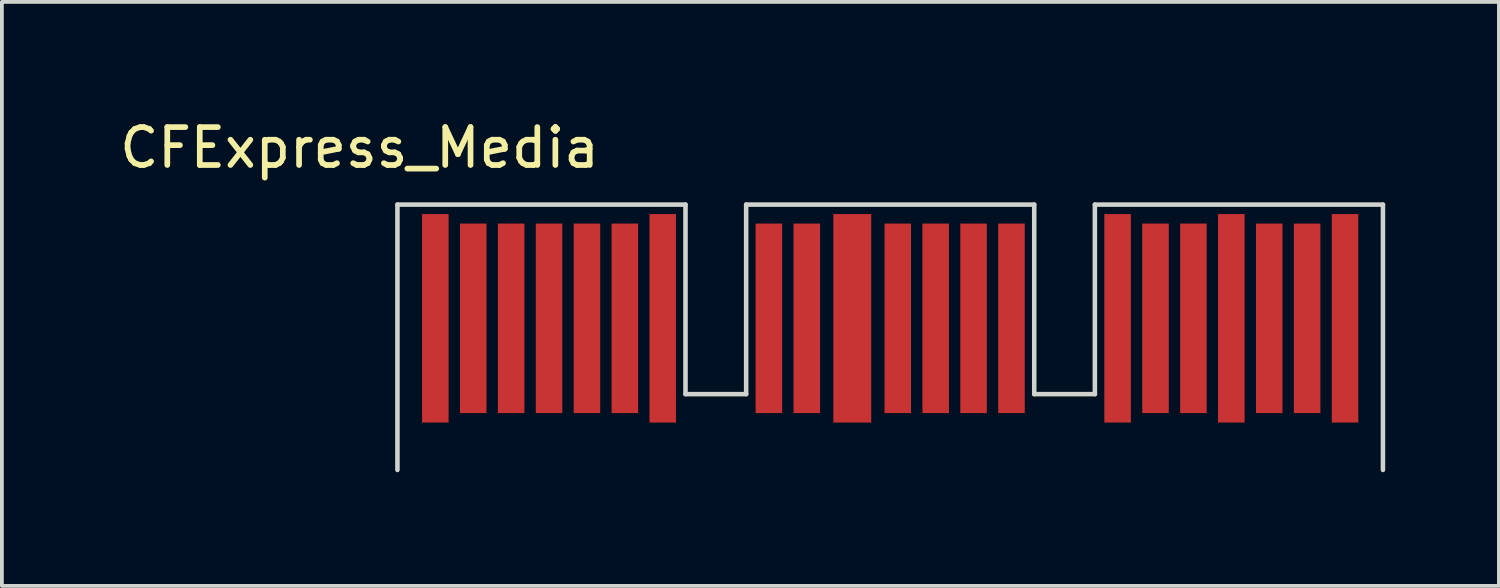
<source format=kicad_pcb>
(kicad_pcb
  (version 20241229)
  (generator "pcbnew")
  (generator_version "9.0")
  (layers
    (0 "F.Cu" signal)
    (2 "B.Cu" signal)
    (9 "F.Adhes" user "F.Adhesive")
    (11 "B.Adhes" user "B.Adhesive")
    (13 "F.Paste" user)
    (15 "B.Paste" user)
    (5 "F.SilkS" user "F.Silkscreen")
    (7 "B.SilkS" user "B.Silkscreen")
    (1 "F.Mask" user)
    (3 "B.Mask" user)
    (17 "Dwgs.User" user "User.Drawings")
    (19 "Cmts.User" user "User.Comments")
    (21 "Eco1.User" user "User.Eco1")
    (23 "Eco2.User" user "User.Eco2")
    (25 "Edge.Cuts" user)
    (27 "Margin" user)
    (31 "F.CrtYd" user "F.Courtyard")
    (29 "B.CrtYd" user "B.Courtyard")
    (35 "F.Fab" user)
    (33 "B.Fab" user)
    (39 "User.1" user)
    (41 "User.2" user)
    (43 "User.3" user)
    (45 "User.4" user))
  (footprint "CFExpress_Media"
    (layer "F.Cu")
    (at 6.435 0.348)
    (property "Reference" "CFExpress_Media" (at 0 0.5 0) (layer "F.SilkS") (effects (font (size 1 1) (thickness 0.15))))
    (attr through_hole)
    (fp_line (start 1 2) (end 8.6 2) (stroke (width 0.12) (type solid)) (layer "Edge.Cuts"))
    (fp_line (start 1 9) (end 1 2) (stroke (width 0.12) (type solid)) (layer "Edge.Cuts"))
    (fp_line (start 8.6 2) (end 8.6 7) (stroke (width 0.12) (type solid)) (layer "Edge.Cuts"))
    (fp_line (start 8.6 7) (end 10.2 7) (stroke (width 0.12) (type solid)) (layer "Edge.Cuts"))
    (fp_line (start 10.2 2) (end 17.8 2) (stroke (width 0.12) (type solid)) (layer "Edge.Cuts"))
    (fp_line (start 10.2 7) (end 10.2 2) (stroke (width 0.12) (type solid)) (layer "Edge.Cuts"))
    (fp_line (start 17.8 2) (end 17.8 7) (stroke (width 0.12) (type solid)) (layer "Edge.Cuts"))
    (fp_line (start 17.8 7) (end 19.4 7) (stroke (width 0.12) (type solid)) (layer "Edge.Cuts"))
    (fp_line (start 19.4 2) (end 27 2) (stroke (width 0.12) (type solid)) (layer "Edge.Cuts"))
    (fp_line (start 19.4 7) (end 19.4 2) (stroke (width 0.12) (type solid)) (layer "Edge.Cuts"))
    (fp_line (start 27 2) (end 27 9) (stroke (width 0.12) (type solid)) (layer "Edge.Cuts"))
    (pad "1" connect rect (at 2 5) (size 0.7 5.5) (layers "F.Cu" "F.Mask"))
    (pad "2" connect rect (at 3 5) (size 0.7 5) (layers "F.Cu" "F.Mask"))
    (pad "3" connect rect (at 4 5) (size 0.7 5) (layers "F.Cu" "F.Mask"))
    (pad "4" connect rect (at 5 5) (size 0.7 5) (layers "F.Cu" "F.Mask"))
    (pad "5" connect rect (at 6 5) (size 0.7 5) (layers "F.Cu" "F.Mask"))
    (pad "6" connect rect (at 7 5) (size 0.7 5) (layers "F.Cu" "F.Mask"))
    (pad "7" connect rect (at 8 5) (size 0.7 5.5) (layers "F.Cu" "F.Mask"))
    (pad "8" connect rect (at 10.8 5) (size 0.7 5) (layers "F.Cu" "F.Mask"))
    (pad "9" connect rect (at 11.8 5) (size 0.7 5) (layers "F.Cu" "F.Mask"))
    (pad "10" connect rect (at 13 5) (size 1 5.5) (layers "F.Cu" "F.Mask"))
    (pad "11" connect rect (at 14.2 5) (size 0.7 5) (layers "F.Cu" "F.Mask"))
    (pad "12" connect rect (at 15.2 5) (size 0.7 5) (layers "F.Cu" "F.Mask"))
    (pad "13" connect rect (at 16.2 5) (size 0.7 5) (layers "F.Cu" "F.Mask"))
    (pad "14" connect rect (at 17.2 5) (size 0.7 5) (layers "F.Cu" "F.Mask"))
    (pad "15" connect rect (at 20 5) (size 0.7 5.5) (layers "F.Cu" "F.Mask"))
    (pad "16" connect rect (at 21 5) (size 0.7 5) (layers "F.Cu" "F.Mask"))
    (pad "17" connect rect (at 22 5) (size 0.7 5) (layers "F.Cu" "F.Mask"))
    (pad "18" connect rect (at 23 5) (size 0.7 5.5) (layers "F.Cu" "F.Mask"))
    (pad "19" connect rect (at 24 5) (size 0.7 5) (layers "F.Cu" "F.Mask"))
    (pad "20" connect rect (at 25 5) (size 0.7 5) (layers "F.Cu" "F.Mask"))
    (pad "21" connect rect (at 26 5) (size 0.7 5.5) (layers "F.Cu" "F.Mask")))
  (gr_rect
    (start -3 -3)
    (end 36.495 12.408)
    (stroke (width 0.1) (type default))
    (fill no)
    (layer "Edge.Cuts")))
</source>
